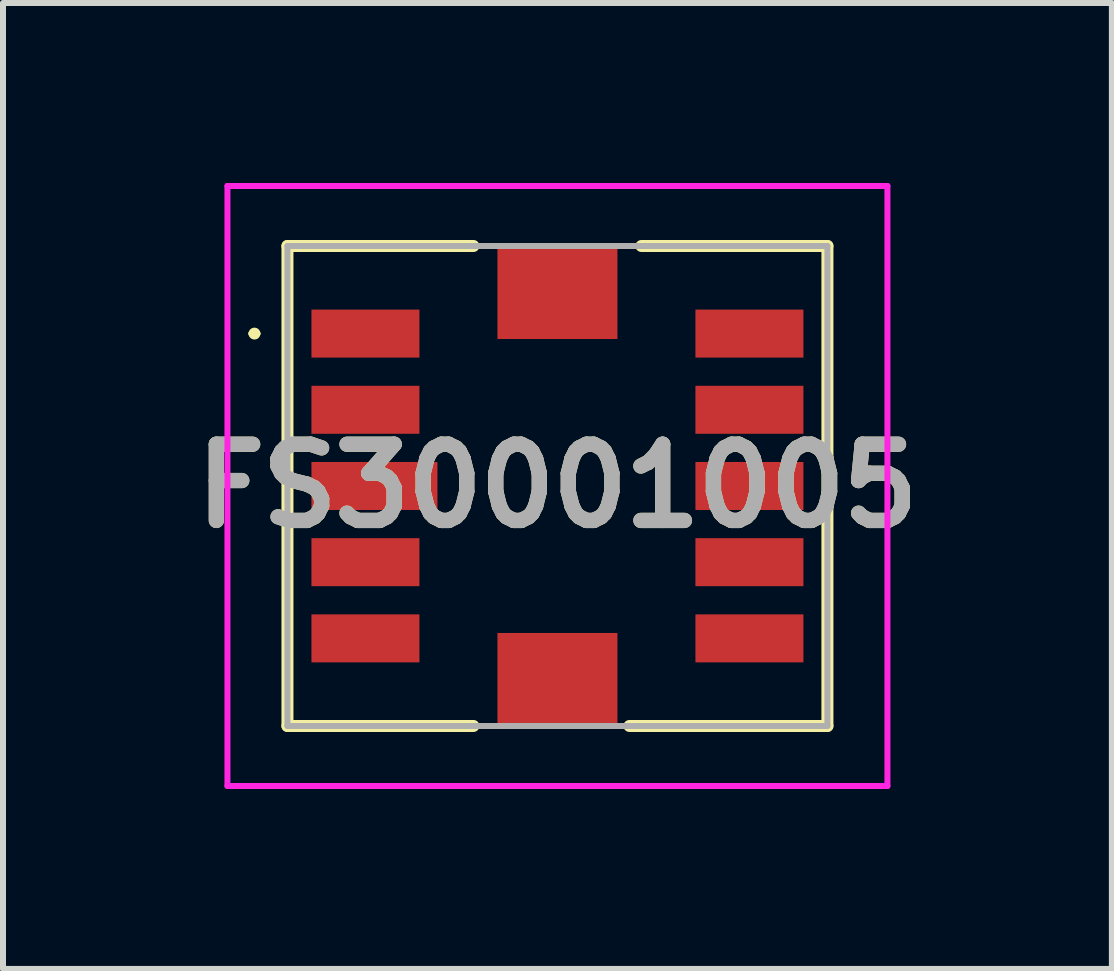
<source format=kicad_pcb>
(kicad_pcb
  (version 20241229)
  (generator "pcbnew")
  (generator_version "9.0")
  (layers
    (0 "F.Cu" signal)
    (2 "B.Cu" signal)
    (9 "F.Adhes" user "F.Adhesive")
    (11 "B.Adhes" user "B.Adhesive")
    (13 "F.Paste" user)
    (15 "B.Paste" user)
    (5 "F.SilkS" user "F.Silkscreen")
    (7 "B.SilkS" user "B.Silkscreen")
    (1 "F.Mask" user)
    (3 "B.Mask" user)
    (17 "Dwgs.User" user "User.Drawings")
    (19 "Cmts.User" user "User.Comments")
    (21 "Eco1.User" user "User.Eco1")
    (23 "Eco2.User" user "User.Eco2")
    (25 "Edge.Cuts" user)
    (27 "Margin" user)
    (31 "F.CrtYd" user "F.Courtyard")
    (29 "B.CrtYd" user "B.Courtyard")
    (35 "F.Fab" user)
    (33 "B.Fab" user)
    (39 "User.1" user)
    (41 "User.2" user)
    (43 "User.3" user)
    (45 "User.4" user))
  (footprint "FS30001005"
    (layer "F.Cu")
    (at 6.241 5.05)
    (property "Reference" "FS30001005" (at 0 0 0) (layer "F.SilkS") (effects (font (size 1.27 1.27) (thickness 0.254))))
    (attr smd)
    (fp_line (start -5.1 -2.54) (end -5.1 -2.54) (stroke (width 0.1) (type solid)) (layer "F.SilkS"))
    (fp_line (start -5 -2.54) (end -5 -2.54) (stroke (width 0.1) (type solid)) (layer "F.SilkS"))
    (fp_line (start -4.5 -4) (end -4.5 4) (stroke (width 0.2) (type solid)) (layer "F.SilkS"))
    (fp_line (start -4.5 4) (end -1.4 4) (stroke (width 0.2) (type solid)) (layer "F.SilkS"))
    (fp_line (start -1.4 -4) (end -4.5 -4) (stroke (width 0.2) (type solid)) (layer "F.SilkS"))
    (fp_line (start 1.2 4) (end 4.5 4) (stroke (width 0.2) (type solid)) (layer "F.SilkS"))
    (fp_line (start 4.5 -4) (end 1.4 -4) (stroke (width 0.2) (type solid)) (layer "F.SilkS"))
    (fp_line (start 4.5 4) (end 4.5 -4) (stroke (width 0.2) (type solid)) (layer "F.SilkS"))
    (fp_arc (start -5.1 -2.54) (mid -5.05 -2.59) (end -5 -2.54) (stroke (width 0.1) (type solid)) (layer "F.SilkS"))
    (fp_arc (start -5 -2.54) (mid -5.05 -2.49) (end -5.1 -2.54) (stroke (width 0.1) (type solid)) (layer "F.SilkS"))
    (fp_line (start -5.5 -5) (end 5.5 -5) (stroke (width 0.1) (type solid)) (layer "F.CrtYd"))
    (fp_line (start -5.5 5) (end -5.5 -5) (stroke (width 0.1) (type solid)) (layer "F.CrtYd"))
    (fp_line (start 5.5 -5) (end 5.5 5) (stroke (width 0.1) (type solid)) (layer "F.CrtYd"))
    (fp_line (start 5.5 5) (end -5.5 5) (stroke (width 0.1) (type solid)) (layer "F.CrtYd"))
    (fp_line (start -4.5 -4) (end 4.5 -4) (stroke (width 0.1) (type solid)) (layer "F.Fab"))
    (fp_line (start -4.5 4) (end -4.5 -4) (stroke (width 0.1) (type solid)) (layer "F.Fab"))
    (fp_line (start 4.5 -4) (end 4.5 4) (stroke (width 0.1) (type solid)) (layer "F.Fab"))
    (fp_line (start 4.5 4) (end -4.5 4) (stroke (width 0.1) (type solid)) (layer "F.Fab"))
    (fp_text user "${REFERENCE}" (at 0 0 0) (layer "F.Fab") (effects (font (size 1.27 1.27) (thickness 0.254))))
    (pad "1" smd rect (at -3.2 -2.54 90) (size 0.8 1.8) (layers "F.Cu" "F.Mask" "F.Paste"))
    (pad "2" smd rect (at -3.2 -1.27 90) (size 0.8 1.8) (layers "F.Cu" "F.Mask" "F.Paste"))
    (pad "3" smd rect (at -3.05 0 90) (size 0.8 2.1) (layers "F.Cu" "F.Mask" "F.Paste"))
    (pad "4" smd rect (at -3.2 1.27 90) (size 0.8 1.8) (layers "F.Cu" "F.Mask" "F.Paste"))
    (pad "5" smd rect (at -3.2 2.54 90) (size 0.8 1.8) (layers "F.Cu" "F.Mask" "F.Paste"))
    (pad "6" smd rect (at 3.2 2.54 90) (size 0.8 1.8) (layers "F.Cu" "F.Mask" "F.Paste"))
    (pad "7" smd rect (at 3.2 1.27 90) (size 0.8 1.8) (layers "F.Cu" "F.Mask" "F.Paste"))
    (pad "8" smd rect (at 3.2 0 90) (size 0.8 1.8) (layers "F.Cu" "F.Mask" "F.Paste"))
    (pad "9" smd rect (at 3.2 -1.27 90) (size 0.8 1.8) (layers "F.Cu" "F.Mask" "F.Paste"))
    (pad "10" smd rect (at 3.2 -2.54 90) (size 0.8 1.8) (layers "F.Cu" "F.Mask" "F.Paste"))
    (pad "MP1" smd rect (at 0 -3.225 90) (size 1.55 2) (layers "F.Cu" "F.Mask" "F.Paste"))
    (pad "MP2" smd rect (at 0 3.225 90) (size 1.55 2) (layers "F.Cu" "F.Mask" "F.Paste")))
  (gr_rect
    (start -3 -3)
    (end 15.482 13.1)
    (stroke (width 0.1) (type default))
    (fill no)
    (layer "Edge.Cuts")))
</source>
